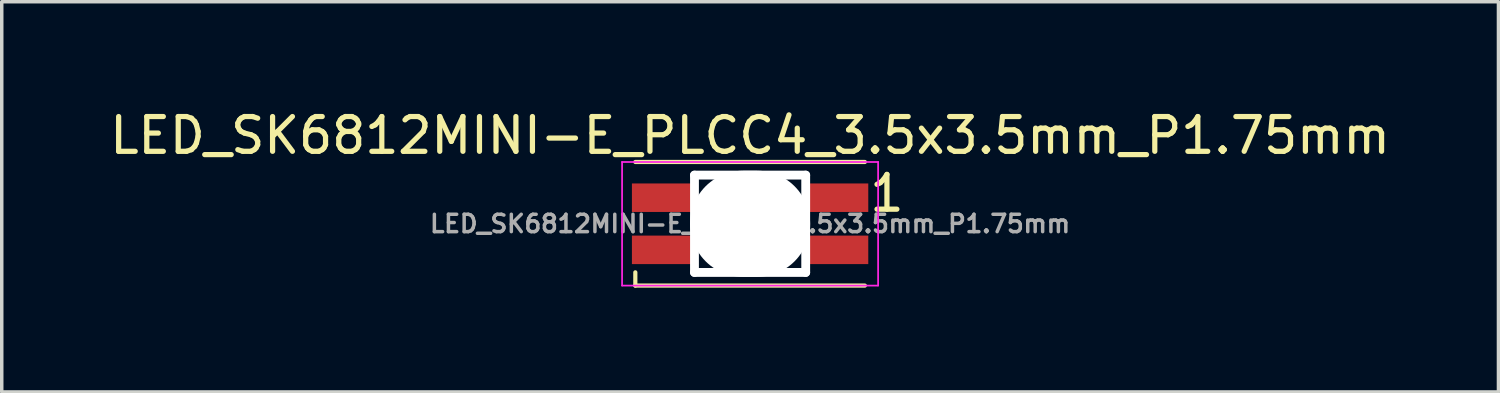
<source format=kicad_pcb>
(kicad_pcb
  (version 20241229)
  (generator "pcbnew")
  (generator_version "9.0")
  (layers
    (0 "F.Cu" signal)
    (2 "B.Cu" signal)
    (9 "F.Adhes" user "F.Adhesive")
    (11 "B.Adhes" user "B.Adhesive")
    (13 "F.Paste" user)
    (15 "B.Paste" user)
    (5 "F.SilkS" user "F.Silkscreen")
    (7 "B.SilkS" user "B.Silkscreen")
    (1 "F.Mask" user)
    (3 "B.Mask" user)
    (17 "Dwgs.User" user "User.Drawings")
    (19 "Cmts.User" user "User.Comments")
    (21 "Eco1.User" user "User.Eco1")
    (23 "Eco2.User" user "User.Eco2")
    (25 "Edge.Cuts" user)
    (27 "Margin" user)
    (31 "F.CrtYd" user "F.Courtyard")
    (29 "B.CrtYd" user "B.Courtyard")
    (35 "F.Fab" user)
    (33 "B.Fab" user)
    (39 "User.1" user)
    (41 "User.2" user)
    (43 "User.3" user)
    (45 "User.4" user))
  (footprint "LED_SK6812MINI-E_PLCC4_3.5x3.5mm_P1.75mm"
    (layer "F.Cu")
    (at 18.53 3.388)
    (property "Reference" "LED_SK6812MINI-E_PLCC4_3.5x3.5mm_P1.75mm" (at 0 -2.54 0) (layer "F.SilkS") (effects (font (size 1 1) (thickness 0.15))))
    (attr smd)
    (fp_line (start -3.302 -1.778) (end 3.302 -1.778) (stroke (width 0.12) (type solid)) (layer "F.SilkS"))
    (fp_line (start -3.302 1.778) (end -3.302 1.397) (stroke (width 0.12) (type solid)) (layer "F.SilkS"))
    (fp_line (start -3.302 1.778) (end 3.302 1.778) (stroke (width 0.12) (type solid)) (layer "F.SilkS"))
    (fp_line (start -3.683 -1.778) (end -3.683 1.778) (stroke (width 0.05) (type solid)) (layer "F.CrtYd"))
    (fp_line (start -3.683 1.778) (end 3.683 1.778) (stroke (width 0.05) (type solid)) (layer "F.CrtYd"))
    (fp_line (start 3.683 -1.778) (end -3.683 -1.778) (stroke (width 0.05) (type solid)) (layer "F.CrtYd"))
    (fp_line (start 3.683 1.778) (end 3.683 -1.778) (stroke (width 0.05) (type solid)) (layer "F.CrtYd"))
    (fp_line (start -1.6 -1.397) (end -1.6 1.4) (stroke (width 0.1) (type solid)) (layer "F.Fab"))
    (fp_line (start -1.6 0.5) (end -0.75 1.4) (stroke (width 0.1) (type solid)) (layer "F.Fab"))
    (fp_line (start -1.6 1.4) (end 1.6 1.4) (stroke (width 0.1) (type solid)) (layer "F.Fab"))
    (fp_line (start -0.762 -1.397) (end -0.75 1.4) (stroke (width 0.1) (type solid)) (layer "F.Fab"))
    (fp_line (start 0.762 -1.397) (end 0.762 1.397) (stroke (width 0.1) (type solid)) (layer "F.Fab"))
    (fp_line (start 1.6 -1.4) (end -1.6 -1.397) (stroke (width 0.1) (type solid)) (layer "F.Fab"))
    (fp_line (start 1.6 1.4) (end 1.6 -1.4) (stroke (width 0.1) (type solid)) (layer "F.Fab"))
    (fp_text user "1" (at 3.937 -0.875 0) (layer "F.SilkS") (effects (font (size 1 1) (thickness 0.15))))
    (fp_text user "${REFERENCE}" (at 0 0 0) (layer "F.Fab") (effects (font (size 0.5 0.5) (thickness 0.1))))
    (pad "" np_thru_hole oval (at -1.6 0 90) (size 3.054 0.254) (drill oval 3.054 0.254) (layers "*.Cu" "*.Mask"))
    (pad "" np_thru_hole oval (at 0 -1.4) (size 3.454 0.254) (drill oval 3.454 0.254) (layers "*.Cu" "*.Mask"))
    (pad "" np_thru_hole oval (at 0 0) (size 3.454 3.054) (drill oval 3.454 3.054) (layers "*.Cu" "*.Mask"))
    (pad "" np_thru_hole oval (at 0 1.4) (size 3.454 0.254) (drill oval 3.454 0.254) (layers "*.Cu" "*.Mask"))
    (pad "" np_thru_hole oval (at 1.6 0 90) (size 3.054 0.254) (drill oval 3.054 0.254) (layers "*.Cu" "*.Mask"))
    (pad "1" smd rect (at 2.5 -0.75) (size 1.8 0.82) (layers "F.Cu" "F.Mask" "F.Paste"))
    (pad "2" smd rect (at 2.5 0.75) (size 1.8 0.82) (layers "F.Cu" "F.Mask" "F.Paste"))
    (pad "3" smd rect (at -2.5 0.75) (size 1.8 0.82) (layers "F.Cu" "F.Mask" "F.Paste"))
    (pad "4" smd rect (at -2.5 -0.75) (size 1.8 0.82) (layers "F.Cu" "F.Mask" "F.Paste")))
  (gr_rect
    (start -3 -3)
    (end 40.06 8.226)
    (stroke (width 0.1) (type default))
    (fill no)
    (layer "Edge.Cuts")))
</source>
